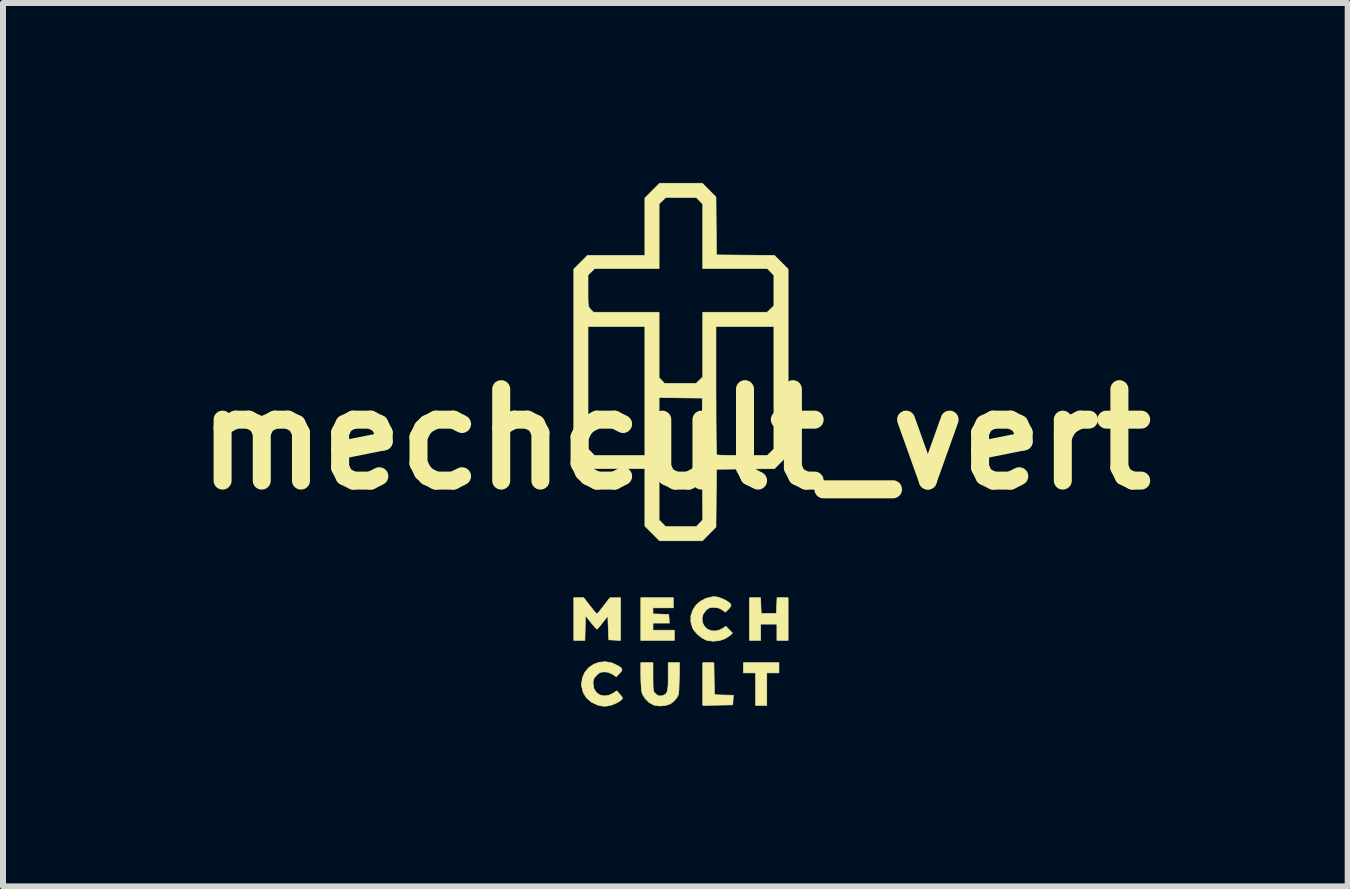
<source format=kicad_pcb>
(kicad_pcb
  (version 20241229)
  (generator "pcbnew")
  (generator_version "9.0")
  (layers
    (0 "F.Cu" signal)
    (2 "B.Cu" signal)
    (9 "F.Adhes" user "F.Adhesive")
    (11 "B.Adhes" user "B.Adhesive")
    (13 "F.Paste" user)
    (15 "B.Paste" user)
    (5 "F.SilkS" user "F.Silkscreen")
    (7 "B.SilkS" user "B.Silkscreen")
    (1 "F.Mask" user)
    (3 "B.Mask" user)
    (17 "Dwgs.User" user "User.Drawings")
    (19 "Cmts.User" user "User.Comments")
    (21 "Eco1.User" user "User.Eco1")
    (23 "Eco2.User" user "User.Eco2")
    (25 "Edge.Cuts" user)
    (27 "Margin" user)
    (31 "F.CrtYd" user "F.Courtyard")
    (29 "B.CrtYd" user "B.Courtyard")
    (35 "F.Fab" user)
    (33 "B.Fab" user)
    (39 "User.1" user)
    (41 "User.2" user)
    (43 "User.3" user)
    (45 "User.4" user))
  (footprint "mechcult_vert"
    (layer "F.Cu")
    (at 8.208 4.272)
    (property "Reference" "mechcult_vert" (at 0 0 0) (layer "F.SilkS") (effects (font (size 1.524 1.524) (thickness 0.3))))
    (attr through_hole)
    (fp_poly (pts (xy 1.727 3.895) (xy 1.524 3.895) (xy 1.524 4.437) (xy 1.338 4.437) (xy 1.338 3.895) (xy 1.135 3.895) (xy 1.135 3.725) (xy 1.727 3.725) (xy 1.727 3.895)) (stroke (width 0.01) (type solid)) (fill yes) (layer "F.SilkS"))
    (fp_poly (pts (xy 0.647 3.992) (xy 0.652 4.259) (xy 0.809 4.264) (xy 0.967 4.268) (xy 0.962 4.348) (xy 0.957 4.428) (xy 0.457 4.437) (xy 0.457 3.725) (xy 0.643 3.725) (xy 0.647 3.992)) (stroke (width 0.01) (type solid)) (fill yes) (layer "F.SilkS"))
    (fp_poly (pts (xy -0.034 2.811) (xy -0.373 2.811) (xy -0.373 2.911) (xy -0.241 2.916) (xy -0.11 2.921) (xy -0.105 2.993) (xy -0.1 3.065) (xy -0.373 3.065) (xy -0.373 3.183) (xy -0.017 3.183) (xy -0.017 3.353) (xy -0.576 3.353) (xy -0.576 2.642) (xy -0.034 2.642) (xy -0.034 2.811)) (stroke (width 0.01) (type solid)) (fill yes) (layer "F.SilkS"))
    (fp_poly (pts (xy 1.426 2.773) (xy 1.431 2.904) (xy 1.685 2.904) (xy 1.69 2.773) (xy 1.695 2.642) (xy 1.88 2.642) (xy 1.88 3.353) (xy 1.693 3.353) (xy 1.693 3.082) (xy 1.422 3.082) (xy 1.422 3.353) (xy 1.236 3.353) (xy 1.236 2.642) (xy 1.421 2.642) (xy 1.426 2.773)) (stroke (width 0.01) (type solid)) (fill yes) (layer "F.SilkS"))
    (fp_poly (pts (xy -1.423 2.777) (xy -1.378 2.834) (xy -1.341 2.879) (xy -1.315 2.906) (xy -1.307 2.912) (xy -1.293 2.899) (xy -1.263 2.865) (xy -1.223 2.815) (xy -1.194 2.777) (xy -1.092 2.643) (xy -0.914 2.642) (xy -0.914 3.354) (xy -1.012 3.349) (xy -1.109 3.344) (xy -1.118 3.145) (xy -1.126 2.946) (xy -1.211 3.055) (xy -1.251 3.106) (xy -1.284 3.145) (xy -1.304 3.165) (xy -1.307 3.166) (xy -1.322 3.154) (xy -1.352 3.121) (xy -1.391 3.074) (xy -1.408 3.053) (xy -1.499 2.939) (xy -1.503 3.146) (xy -1.508 3.353) (xy -1.693 3.353) (xy -1.693 2.642) (xy -1.528 2.642) (xy -1.423 2.777)) (stroke (width 0.01) (type solid)) (fill yes) (layer "F.SilkS"))
    (fp_poly (pts (xy -0.373 3.963) (xy -0.372 4.057) (xy -0.371 4.124) (xy -0.368 4.169) (xy -0.361 4.199) (xy -0.351 4.22) (xy -0.336 4.238) (xy -0.329 4.244) (xy -0.291 4.274) (xy -0.252 4.28) (xy -0.232 4.278) (xy -0.19 4.266) (xy -0.161 4.248) (xy -0.14 4.218) (xy -0.128 4.17) (xy -0.121 4.101) (xy -0.119 4.004) (xy -0.119 3.961) (xy -0.119 3.725) (xy 0.07 3.725) (xy 0.065 3.993) (xy 0.062 4.094) (xy 0.06 4.168) (xy 0.056 4.219) (xy 0.05 4.255) (xy 0.04 4.282) (xy 0.026 4.304) (xy 0.012 4.324) (xy -0.029 4.369) (xy -0.074 4.405) (xy -0.086 4.412) (xy -0.167 4.439) (xy -0.26 4.447) (xy -0.347 4.434) (xy -0.364 4.429) (xy -0.44 4.386) (xy -0.505 4.321) (xy -0.55 4.246) (xy -0.557 4.222) (xy -0.564 4.18) (xy -0.57 4.113) (xy -0.574 4.031) (xy -0.576 3.942) (xy -0.576 3.941) (xy -0.576 3.725) (xy -0.373 3.725) (xy -0.373 3.963)) (stroke (width 0.01) (type solid)) (fill yes) (layer "F.SilkS"))
    (fp_poly (pts (xy 0.714 2.633) (xy 0.775 2.655) (xy 0.838 2.685) (xy 0.89 2.717) (xy 0.921 2.746) (xy 0.922 2.747) (xy 0.928 2.771) (xy 0.914 2.799) (xy 0.887 2.83) (xy 0.834 2.883) (xy 0.779 2.843) (xy 0.723 2.813) (xy 0.655 2.803) (xy 0.642 2.802) (xy 0.585 2.806) (xy 0.545 2.822) (xy 0.508 2.854) (xy 0.462 2.92) (xy 0.445 2.99) (xy 0.454 3.059) (xy 0.485 3.12) (xy 0.536 3.167) (xy 0.603 3.194) (xy 0.674 3.196) (xy 0.733 3.181) (xy 0.786 3.156) (xy 0.792 3.152) (xy 0.841 3.117) (xy 0.897 3.175) (xy 0.953 3.232) (xy 0.907 3.274) (xy 0.83 3.324) (xy 0.736 3.356) (xy 0.634 3.367) (xy 0.536 3.355) (xy 0.51 3.347) (xy 0.436 3.307) (xy 0.364 3.247) (xy 0.306 3.179) (xy 0.286 3.143) (xy 0.258 3.043) (xy 0.259 2.944) (xy 0.289 2.852) (xy 0.342 2.769) (xy 0.416 2.702) (xy 0.508 2.653) (xy 0.615 2.627) (xy 0.665 2.625) (xy 0.714 2.633)) (stroke (width 0.01) (type solid)) (fill yes) (layer "F.SilkS"))
    (fp_poly (pts (xy -1.06 3.728) (xy -1.004 3.752) (xy -0.938 3.787) (xy -0.901 3.815) (xy -0.89 3.841) (xy -0.903 3.871) (xy -0.93 3.902) (xy -0.986 3.959) (xy -1.045 3.918) (xy -1.122 3.884) (xy -1.181 3.878) (xy -1.234 3.882) (xy -1.275 3.901) (xy -1.314 3.935) (xy -1.351 3.978) (xy -1.368 4.018) (xy -1.372 4.072) (xy -1.358 4.155) (xy -1.32 4.218) (xy -1.263 4.261) (xy -1.193 4.279) (xy -1.115 4.271) (xy -1.036 4.235) (xy -1.026 4.228) (xy -0.977 4.194) (xy -0.929 4.248) (xy -0.899 4.284) (xy -0.882 4.312) (xy -0.881 4.317) (xy -0.895 4.34) (xy -0.933 4.369) (xy -0.985 4.399) (xy -1.043 4.424) (xy -1.062 4.43) (xy -1.143 4.449) (xy -1.214 4.449) (xy -1.293 4.431) (xy -1.298 4.429) (xy -1.401 4.381) (xy -1.482 4.311) (xy -1.536 4.222) (xy -1.562 4.118) (xy -1.564 4.083) (xy -1.549 3.977) (xy -1.508 3.884) (xy -1.444 3.808) (xy -1.362 3.752) (xy -1.268 3.718) (xy -1.166 3.709) (xy -1.06 3.728)) (stroke (width 0.01) (type solid)) (fill yes) (layer "F.SilkS"))
    (fp_poly (pts (xy 0.563 -4.153) (xy 0.677 -4.038) (xy 0.681 -3.556) (xy 0.686 -3.073) (xy 1.651 -3.064) (xy 1.765 -2.951) (xy 1.88 -2.837) (xy 1.88 0.263) (xy 1.765 0.377) (xy 1.651 0.491) (xy 0.686 0.5) (xy 0.681 0.982) (xy 0.677 1.464) (xy 0.563 1.579) (xy 0.45 1.693) (xy -0.263 1.693) (xy -0.386 1.57) (xy -0.508 1.447) (xy -0.508 1.345) (xy -0.271 1.345) (xy -0.217 1.4) (xy -0.163 1.456) (xy 0.349 1.456) (xy 0.403 1.4) (xy 0.457 1.344) (xy 0.449 -0.686) (xy 0.089 -0.69) (xy -0.271 -0.695) (xy -0.271 1.345) (xy -0.508 1.345) (xy -0.508 0.491) (xy -1.466 0.491) (xy -1.693 0.262) (xy -1.693 -1.88) (xy -1.456 -1.88) (xy -1.456 0.159) (xy -1.402 0.215) (xy -1.348 0.271) (xy -0.508 0.271) (xy -0.508 -1.88) (xy -1.456 -1.88) (xy -1.693 -1.88) (xy -1.693 -2.737) (xy -1.456 -2.737) (xy -1.456 -2.474) (xy -1.456 -2.375) (xy -1.455 -2.303) (xy -1.452 -2.254) (xy -1.447 -2.22) (xy -1.438 -2.198) (xy -1.425 -2.179) (xy -1.411 -2.164) (xy -1.365 -2.117) (xy -0.271 -2.117) (xy -0.271 -1.026) (xy -0.225 -0.979) (xy -0.18 -0.931) (xy 0.346 -0.931) (xy 0.401 -0.985) (xy 0.457 -1.04) (xy 0.457 -1.88) (xy 0.677 -1.88) (xy 0.677 -0.816) (xy 0.678 -0.629) (xy 0.678 -0.452) (xy 0.679 -0.288) (xy 0.68 -0.141) (xy 0.681 -0.012) (xy 0.683 0.096) (xy 0.684 0.178) (xy 0.686 0.234) (xy 0.688 0.259) (xy 0.689 0.26) (xy 0.708 0.263) (xy 0.757 0.266) (xy 0.829 0.268) (xy 0.922 0.27) (xy 1.029 0.271) (xy 1.115 0.271) (xy 1.531 0.271) (xy 1.587 0.217) (xy 1.643 0.163) (xy 1.643 -1.88) (xy 0.677 -1.88) (xy 0.457 -1.88) (xy 0.457 -2.117) (xy 1.531 -2.117) (xy 1.587 -2.171) (xy 1.643 -2.225) (xy 1.643 -2.733) (xy 1.588 -2.789) (xy 1.534 -2.845) (xy 0.457 -2.845) (xy 0.457 -3.918) (xy 0.403 -3.974) (xy 0.349 -4.03) (xy -0.159 -4.03) (xy -0.215 -3.976) (xy -0.271 -3.922) (xy -0.271 -2.845) (xy -1.345 -2.845) (xy -1.4 -2.791) (xy -1.456 -2.737) (xy -1.693 -2.737) (xy -1.693 -2.837) (xy -1.464 -3.065) (xy -0.508 -3.065) (xy -0.508 -4.021) (xy -0.386 -4.144) (xy -0.263 -4.267) (xy 0.45 -4.267) (xy 0.563 -4.153)) (stroke (width 0.01) (type solid)) (fill yes) (layer "F.SilkS")))
  (gr_rect
    (start -3 -3)
    (end 19.416 11.726)
    (stroke (width 0.1) (type default))
    (fill no)
    (layer "Edge.Cuts")))
</source>
